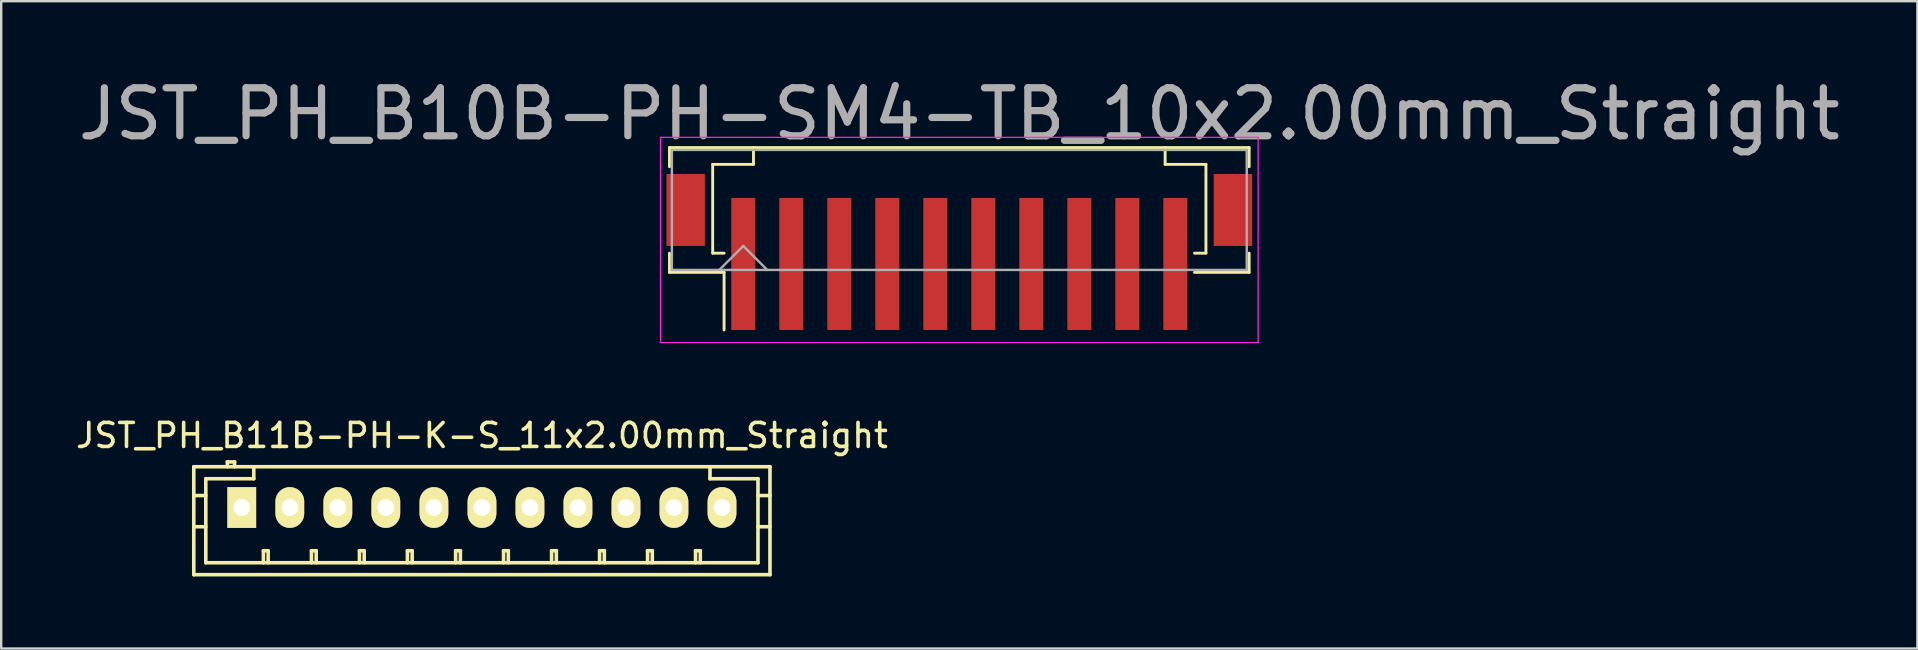
<source format=kicad_pcb>
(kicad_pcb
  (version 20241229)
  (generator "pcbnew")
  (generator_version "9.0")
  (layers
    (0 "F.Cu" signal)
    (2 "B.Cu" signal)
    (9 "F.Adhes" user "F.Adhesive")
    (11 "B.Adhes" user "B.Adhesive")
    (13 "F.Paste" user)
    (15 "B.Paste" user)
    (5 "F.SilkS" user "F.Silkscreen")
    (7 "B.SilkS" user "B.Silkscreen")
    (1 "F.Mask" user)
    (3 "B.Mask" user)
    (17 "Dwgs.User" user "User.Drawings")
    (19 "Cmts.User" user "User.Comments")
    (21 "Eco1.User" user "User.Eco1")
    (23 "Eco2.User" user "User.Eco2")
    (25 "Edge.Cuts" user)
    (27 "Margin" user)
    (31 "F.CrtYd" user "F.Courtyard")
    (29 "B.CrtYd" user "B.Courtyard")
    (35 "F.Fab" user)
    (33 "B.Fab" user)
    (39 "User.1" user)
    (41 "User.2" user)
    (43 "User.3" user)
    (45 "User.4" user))
  (footprint "JST_PH_B11B-PH-K-S_11x2.00mm_Straight"
    (layer "F.Cu")
    (at 7.03 18.094)
    (property "Reference" "JST_PH_B11B-PH-K-S_11x2.00mm_Straight" (at 10 -3 0) (layer "F.SilkS") (effects (font (size 1 1) (thickness 0.15))))
    (attr through_hole)
    (fp_line (start -2.007 -1.699) (end -2.007 2.799) (stroke (width 0.15) (type solid)) (layer "F.SilkS"))
    (fp_line (start -1.506 -1.199) (end -1.506 2.301) (stroke (width 0.15) (type solid)) (layer "F.SilkS"))
    (fp_line (start -1.506 -0.5) (end -2.007 -0.5) (stroke (width 0.15) (type solid)) (layer "F.SilkS"))
    (fp_line (start -1.506 0.8) (end -2.007 0.8) (stroke (width 0.15) (type solid)) (layer "F.SilkS"))
    (fp_line (start -1.501 2.301) (end 21.501 2.301) (stroke (width 0.15) (type solid)) (layer "F.SilkS"))
    (fp_line (start -0.607 -1.9) (end -0.607 -1.699) (stroke (width 0.15) (type solid)) (layer "F.SilkS"))
    (fp_line (start -0.307 -1.9) (end -0.607 -1.9) (stroke (width 0.15) (type solid)) (layer "F.SilkS"))
    (fp_line (start -0.307 -1.699) (end -0.307 -1.9) (stroke (width 0.15) (type solid)) (layer "F.SilkS"))
    (fp_line (start 0.493 -1.699) (end 0.493 -1.199) (stroke (width 0.15) (type solid)) (layer "F.SilkS"))
    (fp_line (start 0.493 -1.199) (end -1.506 -1.199) (stroke (width 0.15) (type solid)) (layer "F.SilkS"))
    (fp_line (start 0.894 1.801) (end 1.092 1.801) (stroke (width 0.15) (type solid)) (layer "F.SilkS"))
    (fp_line (start 0.894 2.301) (end 0.894 1.801) (stroke (width 0.15) (type solid)) (layer "F.SilkS"))
    (fp_line (start 1.092 1.801) (end 1.092 2.301) (stroke (width 0.15) (type solid)) (layer "F.SilkS"))
    (fp_line (start 2.896 1.801) (end 3.094 1.801) (stroke (width 0.15) (type solid)) (layer "F.SilkS"))
    (fp_line (start 2.896 2.301) (end 2.896 1.801) (stroke (width 0.15) (type solid)) (layer "F.SilkS"))
    (fp_line (start 3.094 1.801) (end 3.094 2.301) (stroke (width 0.15) (type solid)) (layer "F.SilkS"))
    (fp_line (start 4.895 1.801) (end 5.093 1.801) (stroke (width 0.15) (type solid)) (layer "F.SilkS"))
    (fp_line (start 4.895 2.301) (end 4.895 1.801) (stroke (width 0.15) (type solid)) (layer "F.SilkS"))
    (fp_line (start 5.093 1.801) (end 5.093 2.301) (stroke (width 0.15) (type solid)) (layer "F.SilkS"))
    (fp_line (start 6.894 1.801) (end 7.092 1.801) (stroke (width 0.15) (type solid)) (layer "F.SilkS"))
    (fp_line (start 6.894 2.301) (end 6.894 1.801) (stroke (width 0.15) (type solid)) (layer "F.SilkS"))
    (fp_line (start 7.092 1.801) (end 7.092 2.301) (stroke (width 0.15) (type solid)) (layer "F.SilkS"))
    (fp_line (start 8.903 1.801) (end 9.101 1.801) (stroke (width 0.15) (type solid)) (layer "F.SilkS"))
    (fp_line (start 8.903 2.301) (end 8.903 1.801) (stroke (width 0.15) (type solid)) (layer "F.SilkS"))
    (fp_line (start 9.101 1.801) (end 9.101 2.301) (stroke (width 0.15) (type solid)) (layer "F.SilkS"))
    (fp_line (start 10.899 1.801) (end 11.097 1.801) (stroke (width 0.15) (type solid)) (layer "F.SilkS"))
    (fp_line (start 10.899 2.301) (end 10.899 1.801) (stroke (width 0.15) (type solid)) (layer "F.SilkS"))
    (fp_line (start 11.097 1.801) (end 11.097 2.301) (stroke (width 0.15) (type solid)) (layer "F.SilkS"))
    (fp_line (start 12.901 1.801) (end 13.099 1.801) (stroke (width 0.15) (type solid)) (layer "F.SilkS"))
    (fp_line (start 12.901 2.301) (end 12.901 1.801) (stroke (width 0.15) (type solid)) (layer "F.SilkS"))
    (fp_line (start 13.099 1.801) (end 13.099 2.301) (stroke (width 0.15) (type solid)) (layer "F.SilkS"))
    (fp_line (start 14.9 1.801) (end 15.098 1.801) (stroke (width 0.15) (type solid)) (layer "F.SilkS"))
    (fp_line (start 14.9 2.301) (end 14.9 1.801) (stroke (width 0.15) (type solid)) (layer "F.SilkS"))
    (fp_line (start 15.098 1.801) (end 15.098 2.301) (stroke (width 0.15) (type solid)) (layer "F.SilkS"))
    (fp_line (start 16.899 1.801) (end 17.097 1.801) (stroke (width 0.15) (type solid)) (layer "F.SilkS"))
    (fp_line (start 16.899 2.301) (end 16.899 1.801) (stroke (width 0.15) (type solid)) (layer "F.SilkS"))
    (fp_line (start 17.097 1.801) (end 17.097 2.301) (stroke (width 0.15) (type solid)) (layer "F.SilkS"))
    (fp_line (start 18.898 1.801) (end 19.096 1.801) (stroke (width 0.15) (type solid)) (layer "F.SilkS"))
    (fp_line (start 18.898 2.301) (end 18.898 1.801) (stroke (width 0.15) (type solid)) (layer "F.SilkS"))
    (fp_line (start 19.096 1.801) (end 19.096 2.301) (stroke (width 0.15) (type solid)) (layer "F.SilkS"))
    (fp_line (start 19.5 -1.199) (end 19.5 -1.699) (stroke (width 0.15) (type solid)) (layer "F.SilkS"))
    (fp_line (start 21.499 -1.199) (end 19.5 -1.199) (stroke (width 0.15) (type solid)) (layer "F.SilkS"))
    (fp_line (start 21.499 0.8) (end 21.999 0.8) (stroke (width 0.15) (type solid)) (layer "F.SilkS"))
    (fp_line (start 21.499 2.301) (end 21.499 -1.199) (stroke (width 0.15) (type solid)) (layer "F.SilkS"))
    (fp_line (start 21.999 -1.699) (end -1.999 -1.699) (stroke (width 0.15) (type solid)) (layer "F.SilkS"))
    (fp_line (start 21.999 -1.699) (end 21.999 2.799) (stroke (width 0.15) (type solid)) (layer "F.SilkS"))
    (fp_line (start 21.999 -0.5) (end 21.499 -0.5) (stroke (width 0.15) (type solid)) (layer "F.SilkS"))
    (fp_line (start 21.999 2.799) (end -1.999 2.799) (stroke (width 0.15) (type solid)) (layer "F.SilkS"))
    (pad "1" thru_hole rect (at -0.008 0) (size 1.199 1.699) (drill 0.701) (layers "*.Cu" "*.Mask" "F.SilkS"))
    (pad "2" thru_hole oval (at 1.994 0) (size 1.199 1.699) (drill 0.701) (layers "*.Cu" "*.Mask" "F.SilkS"))
    (pad "3" thru_hole oval (at 3.995 0) (size 1.199 1.699) (drill 0.701) (layers "*.Cu" "*.Mask" "F.SilkS"))
    (pad "4" thru_hole oval (at 5.994 0) (size 1.199 1.699) (drill 0.701) (layers "*.Cu" "*.Mask" "F.SilkS"))
    (pad "5" thru_hole oval (at 7.998 0) (size 1.199 1.699) (drill 0.701) (layers "*.Cu" "*.Mask" "F.SilkS"))
    (pad "6" thru_hole oval (at 10 0) (size 1.199 1.699) (drill 0.701) (layers "*.Cu" "*.Mask" "F.SilkS"))
    (pad "7" thru_hole oval (at 11.999 0) (size 1.199 1.699) (drill 0.701) (layers "*.Cu" "*.Mask" "F.SilkS"))
    (pad "8" thru_hole oval (at 13.998 0) (size 1.199 1.699) (drill 0.701) (layers "*.Cu" "*.Mask" "F.SilkS"))
    (pad "9" thru_hole oval (at 15.999 0) (size 1.199 1.699) (drill 0.701) (layers "*.Cu" "*.Mask" "F.SilkS"))
    (pad "10" thru_hole oval (at 17.998 0) (size 1.199 1.699) (drill 0.701) (layers "*.Cu" "*.Mask" "F.SilkS"))
    (pad "11" thru_hole oval (at 20 0) (size 1.199 1.699) (drill 0.701) (layers "*.Cu" "*.Mask" "F.SilkS")))
  (footprint "JST_PH_B10B-PH-SM4-TB_10x2.00mm_Straight"
    (layer "F.Cu")
    (at 36.917 6.822)
    (property "Reference" "JST_PH_B10B-PH-SM4-TB_10x2.00mm_Straight" (at 0 -5.125 0) (layer "F.Fab") (effects (font (size 2 2) (thickness 0.3))))
    (attr smd)
    (fp_line (start -12.075 -3.725) (end 12.075 -3.725) (stroke (width 0.12) (type solid)) (layer "F.SilkS"))
    (fp_line (start -12.075 -2.925) (end -12.075 -3.725) (stroke (width 0.12) (type solid)) (layer "F.SilkS"))
    (fp_line (start -12.075 0.675) (end -12.075 1.475) (stroke (width 0.12) (type solid)) (layer "F.SilkS"))
    (fp_line (start -12.075 1.475) (end -9.8 1.475) (stroke (width 0.12) (type solid)) (layer "F.SilkS"))
    (fp_line (start -10.275 -3.025) (end -10.275 0.675) (stroke (width 0.12) (type solid)) (layer "F.SilkS"))
    (fp_line (start -10.275 0.675) (end -9.8 0.675) (stroke (width 0.12) (type solid)) (layer "F.SilkS"))
    (fp_line (start -9.8 1.475) (end -9.8 3.875) (stroke (width 0.12) (type solid)) (layer "F.SilkS"))
    (fp_line (start -8.575 -3.725) (end -8.575 -3.025) (stroke (width 0.12) (type solid)) (layer "F.SilkS"))
    (fp_line (start -8.575 -3.025) (end -10.275 -3.025) (stroke (width 0.12) (type solid)) (layer "F.SilkS"))
    (fp_line (start 8.575 -3.725) (end 8.575 -3.025) (stroke (width 0.12) (type solid)) (layer "F.SilkS"))
    (fp_line (start 8.575 -3.025) (end 10.275 -3.025) (stroke (width 0.12) (type solid)) (layer "F.SilkS"))
    (fp_line (start 10.275 -3.025) (end 10.275 0.675) (stroke (width 0.12) (type solid)) (layer "F.SilkS"))
    (fp_line (start 10.275 0.675) (end 9.8 0.675) (stroke (width 0.12) (type solid)) (layer "F.SilkS"))
    (fp_line (start 12.075 -3.725) (end 12.075 -2.925) (stroke (width 0.12) (type solid)) (layer "F.SilkS"))
    (fp_line (start 12.075 0.675) (end 12.075 1.475) (stroke (width 0.12) (type solid)) (layer "F.SilkS"))
    (fp_line (start 12.075 1.475) (end 9.8 1.475) (stroke (width 0.12) (type solid)) (layer "F.SilkS"))
    (fp_line (start -12.45 -4.15) (end -12.45 4.4) (stroke (width 0.05) (type solid)) (layer "F.CrtYd"))
    (fp_line (start -12.45 4.4) (end 12.45 4.4) (stroke (width 0.05) (type solid)) (layer "F.CrtYd"))
    (fp_line (start 12.45 -4.15) (end -12.45 -4.15) (stroke (width 0.05) (type solid)) (layer "F.CrtYd"))
    (fp_line (start 12.45 4.4) (end 12.45 -4.15) (stroke (width 0.05) (type solid)) (layer "F.CrtYd"))
    (fp_line (start -11.975 -3.625) (end -11.975 1.375) (stroke (width 0.1) (type solid)) (layer "F.Fab"))
    (fp_line (start -11.975 1.375) (end 11.975 1.375) (stroke (width 0.1) (type solid)) (layer "F.Fab"))
    (fp_line (start -10 1.375) (end -9 0.375) (stroke (width 0.1) (type solid)) (layer "F.Fab"))
    (fp_line (start -9 0.375) (end -8 1.375) (stroke (width 0.1) (type solid)) (layer "F.Fab"))
    (fp_line (start 11.975 -3.625) (end -11.975 -3.625) (stroke (width 0.1) (type solid)) (layer "F.Fab"))
    (fp_line (start 11.975 1.375) (end 11.975 -3.625) (stroke (width 0.1) (type solid)) (layer "F.Fab"))
    (pad "" smd rect (at -11.4 -1.125) (size 1.6 3) (layers "F.Cu" "F.Mask" "F.Paste"))
    (pad "" smd rect (at 11.4 -1.125) (size 1.6 3) (layers "F.Cu" "F.Mask" "F.Paste"))
    (pad "1" smd rect (at -9 1.125) (size 1 5.5) (layers "F.Cu" "F.Mask" "F.Paste"))
    (pad "2" smd rect (at -7 1.125) (size 1 5.5) (layers "F.Cu" "F.Mask" "F.Paste"))
    (pad "3" smd rect (at -5 1.125) (size 1 5.5) (layers "F.Cu" "F.Mask" "F.Paste"))
    (pad "4" smd rect (at -3 1.125) (size 1 5.5) (layers "F.Cu" "F.Mask" "F.Paste"))
    (pad "5" smd rect (at -1 1.125) (size 1 5.5) (layers "F.Cu" "F.Mask" "F.Paste"))
    (pad "6" smd rect (at 1 1.125) (size 1 5.5) (layers "F.Cu" "F.Mask" "F.Paste"))
    (pad "7" smd rect (at 3 1.125) (size 1 5.5) (layers "F.Cu" "F.Mask" "F.Paste"))
    (pad "8" smd rect (at 5 1.125) (size 1 5.5) (layers "F.Cu" "F.Mask" "F.Paste"))
    (pad "9" smd rect (at 7 1.125) (size 1 5.5) (layers "F.Cu" "F.Mask" "F.Paste"))
    (pad "10" smd rect (at 9 1.125) (size 1 5.5) (layers "F.Cu" "F.Mask" "F.Paste")))
  (gr_rect
    (start -3 -3)
    (end 76.833 23.969)
    (stroke (width 0.1) (type default))
    (fill no)
    (layer "Edge.Cuts")))
</source>
